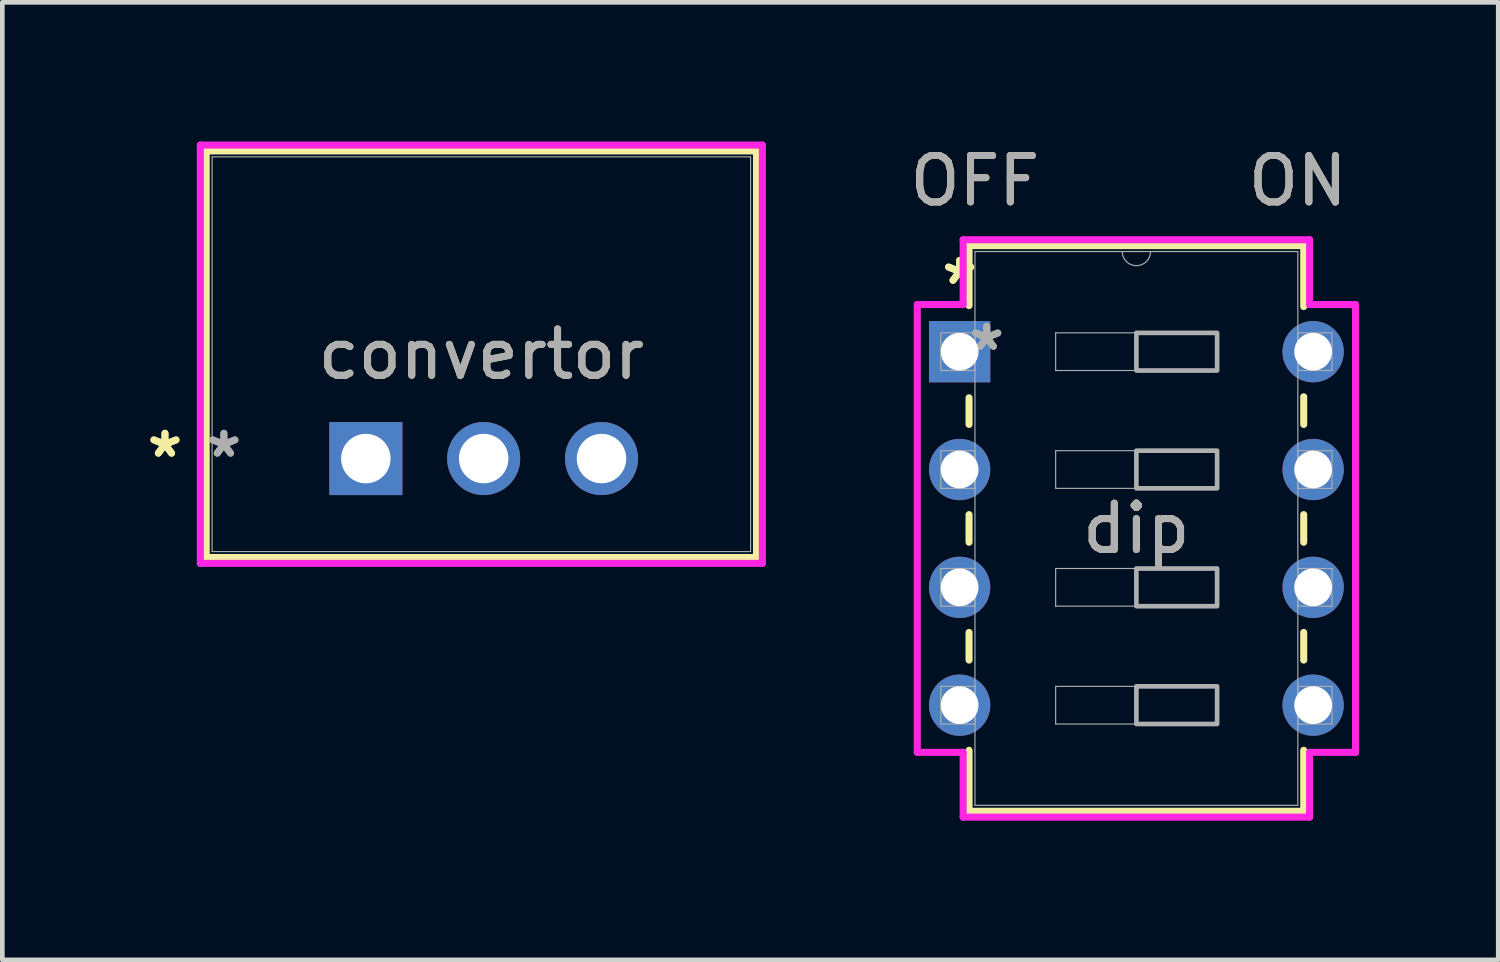
<source format=kicad_pcb>
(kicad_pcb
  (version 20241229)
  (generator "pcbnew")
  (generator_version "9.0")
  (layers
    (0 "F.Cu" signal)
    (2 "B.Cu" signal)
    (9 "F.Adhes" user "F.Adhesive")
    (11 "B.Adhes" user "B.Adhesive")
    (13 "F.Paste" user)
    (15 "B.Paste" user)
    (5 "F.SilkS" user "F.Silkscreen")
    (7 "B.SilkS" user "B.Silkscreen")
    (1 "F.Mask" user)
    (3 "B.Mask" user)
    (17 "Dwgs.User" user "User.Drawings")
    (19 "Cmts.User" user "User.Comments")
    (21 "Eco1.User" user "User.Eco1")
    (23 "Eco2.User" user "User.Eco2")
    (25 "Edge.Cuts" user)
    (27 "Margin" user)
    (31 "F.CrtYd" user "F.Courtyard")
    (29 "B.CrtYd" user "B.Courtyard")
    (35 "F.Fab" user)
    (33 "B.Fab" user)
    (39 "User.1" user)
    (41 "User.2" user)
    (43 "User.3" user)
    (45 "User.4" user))
  (footprint "dip"
    (layer "F.Cu")
    (at 17.636 4.531)
    (property "Reference" "dip" (at 3.81 3.81 0) (unlocked yes) (layer "F.SilkS") (effects (font (size 1 1) (thickness 0.15))))
    (attr through_hole)
    (fp_line (start 0.203 -2.286) (end 0.203 -0.993) (stroke (width 0.152) (type solid)) (layer "F.SilkS"))
    (fp_line (start 0.203 0.993) (end 0.203 1.568) (stroke (width 0.152) (type solid)) (layer "F.SilkS"))
    (fp_line (start 0.203 3.512) (end 0.203 4.108) (stroke (width 0.152) (type solid)) (layer "F.SilkS"))
    (fp_line (start 0.203 6.052) (end 0.203 6.648) (stroke (width 0.152) (type solid)) (layer "F.SilkS"))
    (fp_line (start 0.203 8.592) (end 0.203 9.906) (stroke (width 0.152) (type solid)) (layer "F.SilkS"))
    (fp_line (start 0.203 9.906) (end 7.417 9.906) (stroke (width 0.152) (type solid)) (layer "F.SilkS"))
    (fp_line (start 7.417 -2.286) (end 0.203 -2.286) (stroke (width 0.152) (type solid)) (layer "F.SilkS"))
    (fp_line (start 7.417 -0.972) (end 7.417 -2.286) (stroke (width 0.152) (type solid)) (layer "F.SilkS"))
    (fp_line (start 7.417 1.568) (end 7.417 0.972) (stroke (width 0.152) (type solid)) (layer "F.SilkS"))
    (fp_line (start 7.417 4.108) (end 7.417 3.512) (stroke (width 0.152) (type solid)) (layer "F.SilkS"))
    (fp_line (start 7.417 6.648) (end 7.417 6.052) (stroke (width 0.152) (type solid)) (layer "F.SilkS"))
    (fp_line (start 7.417 9.906) (end 7.417 8.592) (stroke (width 0.152) (type solid)) (layer "F.SilkS"))
    (fp_line (start -0.914 -1.016) (end 0.076 -1.016) (stroke (width 0.152) (type solid)) (layer "F.CrtYd"))
    (fp_line (start -0.914 8.636) (end -0.914 -1.016) (stroke (width 0.152) (type solid)) (layer "F.CrtYd"))
    (fp_line (start 0.076 -2.413) (end 7.544 -2.413) (stroke (width 0.152) (type solid)) (layer "F.CrtYd"))
    (fp_line (start 0.076 -1.016) (end 0.076 -2.413) (stroke (width 0.152) (type solid)) (layer "F.CrtYd"))
    (fp_line (start 0.076 8.636) (end -0.914 8.636) (stroke (width 0.152) (type solid)) (layer "F.CrtYd"))
    (fp_line (start 0.076 10.033) (end 0.076 8.636) (stroke (width 0.152) (type solid)) (layer "F.CrtYd"))
    (fp_line (start 7.544 -2.413) (end 7.544 -1.016) (stroke (width 0.152) (type solid)) (layer "F.CrtYd"))
    (fp_line (start 7.544 8.636) (end 7.544 10.033) (stroke (width 0.152) (type solid)) (layer "F.CrtYd"))
    (fp_line (start 7.544 10.033) (end 0.076 10.033) (stroke (width 0.152) (type solid)) (layer "F.CrtYd"))
    (fp_line (start 8.534 -1.016) (end 7.544 -1.016) (stroke (width 0.152) (type solid)) (layer "F.CrtYd"))
    (fp_line (start 8.534 -1.016) (end 8.534 8.636) (stroke (width 0.152) (type solid)) (layer "F.CrtYd"))
    (fp_line (start 8.534 8.636) (end 7.544 8.636) (stroke (width 0.152) (type solid)) (layer "F.CrtYd"))
    (fp_line (start -0.406 -0.406) (end -0.406 0.406) (stroke (width 0.025) (type solid)) (layer "F.Fab"))
    (fp_line (start -0.406 0.406) (end 0.33 0.406) (stroke (width 0.025) (type solid)) (layer "F.Fab"))
    (fp_line (start -0.406 2.134) (end -0.406 2.946) (stroke (width 0.025) (type solid)) (layer "F.Fab"))
    (fp_line (start -0.406 2.946) (end 0.33 2.946) (stroke (width 0.025) (type solid)) (layer "F.Fab"))
    (fp_line (start -0.406 4.674) (end -0.406 5.486) (stroke (width 0.025) (type solid)) (layer "F.Fab"))
    (fp_line (start -0.406 5.486) (end 0.33 5.486) (stroke (width 0.025) (type solid)) (layer "F.Fab"))
    (fp_line (start -0.406 7.214) (end -0.406 8.026) (stroke (width 0.025) (type solid)) (layer "F.Fab"))
    (fp_line (start -0.406 8.026) (end 0.33 8.026) (stroke (width 0.025) (type solid)) (layer "F.Fab"))
    (fp_line (start 0.33 -2.159) (end 0.33 9.779) (stroke (width 0.025) (type solid)) (layer "F.Fab"))
    (fp_line (start 0.33 -0.406) (end -0.406 -0.406) (stroke (width 0.025) (type solid)) (layer "F.Fab"))
    (fp_line (start 0.33 0.406) (end 0.33 -0.406) (stroke (width 0.025) (type solid)) (layer "F.Fab"))
    (fp_line (start 0.33 2.134) (end -0.406 2.134) (stroke (width 0.025) (type solid)) (layer "F.Fab"))
    (fp_line (start 0.33 2.946) (end 0.33 2.134) (stroke (width 0.025) (type solid)) (layer "F.Fab"))
    (fp_line (start 0.33 4.674) (end -0.406 4.674) (stroke (width 0.025) (type solid)) (layer "F.Fab"))
    (fp_line (start 0.33 5.486) (end 0.33 4.674) (stroke (width 0.025) (type solid)) (layer "F.Fab"))
    (fp_line (start 0.33 7.214) (end -0.406 7.214) (stroke (width 0.025) (type solid)) (layer "F.Fab"))
    (fp_line (start 0.33 8.026) (end 0.33 7.214) (stroke (width 0.025) (type solid)) (layer "F.Fab"))
    (fp_line (start 0.33 9.779) (end 7.29 9.779) (stroke (width 0.025) (type solid)) (layer "F.Fab"))
    (fp_line (start 2.07 -0.406) (end 5.55 -0.406) (stroke (width 0.025) (type solid)) (layer "F.Fab"))
    (fp_line (start 2.07 0.406) (end 2.07 -0.406) (stroke (width 0.025) (type solid)) (layer "F.Fab"))
    (fp_line (start 2.07 2.134) (end 5.55 2.134) (stroke (width 0.025) (type solid)) (layer "F.Fab"))
    (fp_line (start 2.07 2.946) (end 2.07 2.134) (stroke (width 0.025) (type solid)) (layer "F.Fab"))
    (fp_line (start 2.07 4.674) (end 5.55 4.674) (stroke (width 0.025) (type solid)) (layer "F.Fab"))
    (fp_line (start 2.07 5.486) (end 2.07 4.674) (stroke (width 0.025) (type solid)) (layer "F.Fab"))
    (fp_line (start 2.07 7.214) (end 5.55 7.214) (stroke (width 0.025) (type solid)) (layer "F.Fab"))
    (fp_line (start 2.07 8.026) (end 2.07 7.214) (stroke (width 0.025) (type solid)) (layer "F.Fab"))
    (fp_line (start 5.55 -0.406) (end 5.55 0.406) (stroke (width 0.025) (type solid)) (layer "F.Fab"))
    (fp_line (start 5.55 0.406) (end 2.07 0.406) (stroke (width 0.025) (type solid)) (layer "F.Fab"))
    (fp_line (start 5.55 2.134) (end 5.55 2.946) (stroke (width 0.025) (type solid)) (layer "F.Fab"))
    (fp_line (start 5.55 2.946) (end 2.07 2.946) (stroke (width 0.025) (type solid)) (layer "F.Fab"))
    (fp_line (start 5.55 4.674) (end 5.55 5.486) (stroke (width 0.025) (type solid)) (layer "F.Fab"))
    (fp_line (start 5.55 5.486) (end 2.07 5.486) (stroke (width 0.025) (type solid)) (layer "F.Fab"))
    (fp_line (start 5.55 7.214) (end 5.55 8.026) (stroke (width 0.025) (type solid)) (layer "F.Fab"))
    (fp_line (start 5.55 8.026) (end 2.07 8.026) (stroke (width 0.025) (type solid)) (layer "F.Fab"))
    (fp_line (start 7.29 -2.159) (end 0.33 -2.159) (stroke (width 0.025) (type solid)) (layer "F.Fab"))
    (fp_line (start 7.29 -0.406) (end 7.29 0.406) (stroke (width 0.025) (type solid)) (layer "F.Fab"))
    (fp_line (start 7.29 0.406) (end 8.026 0.406) (stroke (width 0.025) (type solid)) (layer "F.Fab"))
    (fp_line (start 7.29 2.134) (end 7.29 2.946) (stroke (width 0.025) (type solid)) (layer "F.Fab"))
    (fp_line (start 7.29 2.946) (end 8.026 2.946) (stroke (width 0.025) (type solid)) (layer "F.Fab"))
    (fp_line (start 7.29 4.674) (end 7.29 5.486) (stroke (width 0.025) (type solid)) (layer "F.Fab"))
    (fp_line (start 7.29 5.486) (end 8.026 5.486) (stroke (width 0.025) (type solid)) (layer "F.Fab"))
    (fp_line (start 7.29 7.214) (end 7.29 8.026) (stroke (width 0.025) (type solid)) (layer "F.Fab"))
    (fp_line (start 7.29 8.026) (end 8.026 8.026) (stroke (width 0.025) (type solid)) (layer "F.Fab"))
    (fp_line (start 7.29 9.779) (end 7.29 -2.159) (stroke (width 0.025) (type solid)) (layer "F.Fab"))
    (fp_line (start 8.026 -0.406) (end 7.29 -0.406) (stroke (width 0.025) (type solid)) (layer "F.Fab"))
    (fp_line (start 8.026 0.406) (end 8.026 -0.406) (stroke (width 0.025) (type solid)) (layer "F.Fab"))
    (fp_line (start 8.026 2.134) (end 7.29 2.134) (stroke (width 0.025) (type solid)) (layer "F.Fab"))
    (fp_line (start 8.026 2.946) (end 8.026 2.134) (stroke (width 0.025) (type solid)) (layer "F.Fab"))
    (fp_line (start 8.026 4.674) (end 7.29 4.674) (stroke (width 0.025) (type solid)) (layer "F.Fab"))
    (fp_line (start 8.026 5.486) (end 8.026 4.674) (stroke (width 0.025) (type solid)) (layer "F.Fab"))
    (fp_line (start 8.026 7.214) (end 7.29 7.214) (stroke (width 0.025) (type solid)) (layer "F.Fab"))
    (fp_line (start 8.026 8.026) (end 8.026 7.214) (stroke (width 0.025) (type solid)) (layer "F.Fab"))
    (fp_arc (start 4.1148 -2.159) (mid 3.81 -1.8542) (end 3.5052 -2.159) (stroke (width 0.0254) (type solid)) (layer "F.Fab"))
    (fp_poly (pts (xy 3.81 -0.406) (xy 5.55 -0.406) (xy 5.55 0.406) (xy 3.81 0.406)) (stroke (width 0.1) (type solid)) (fill no) (layer "F.Fab"))
    (fp_poly (pts (xy 3.81 2.134) (xy 5.55 2.134) (xy 5.55 2.946) (xy 3.81 2.946)) (stroke (width 0.1) (type solid)) (fill no) (layer "F.Fab"))
    (fp_poly (pts (xy 3.81 4.674) (xy 5.55 4.674) (xy 5.55 5.486) (xy 3.81 5.486)) (stroke (width 0.1) (type solid)) (fill no) (layer "F.Fab"))
    (fp_poly (pts (xy 3.81 7.214) (xy 5.55 7.214) (xy 5.55 8.026) (xy 3.81 8.026)) (stroke (width 0.1) (type solid)) (fill no) (layer "F.Fab"))
    (fp_text user "ON" (at 7.29 -3.683 0) (unlocked yes) (layer "F.SilkS") (effects (font (size 1 1) (thickness 0.15))))
    (fp_text user "*" (at 0 -1.422 0) (unlocked yes) (layer "F.SilkS") (effects (font (size 1 1) (thickness 0.15))))
    (fp_text user "*" (at 0 -1.422 0) (layer "F.SilkS") (effects (font (size 1 1) (thickness 0.15))))
    (fp_text user "OFF" (at 0.33 -3.683 0) (unlocked yes) (layer "F.SilkS") (effects (font (size 1 1) (thickness 0.15))))
    (fp_text user "OFF" (at 0.33 -3.683 0) (unlocked yes) (layer "F.Fab") (effects (font (size 1 1) (thickness 0.15))))
    (fp_text user "*" (at 0.584 0 0) (layer "F.Fab") (effects (font (size 1 1) (thickness 0.15))))
    (fp_text user "*" (at 0.584 0 0) (unlocked yes) (layer "F.Fab") (effects (font (size 1 1) (thickness 0.15))))
    (fp_text user "ON" (at 7.29 -3.683 0) (unlocked yes) (layer "F.Fab") (effects (font (size 1 1) (thickness 0.15))))
    (fp_text user "${REFERENCE}" (at 3.81 3.81 0) (unlocked yes) (layer "F.Fab") (effects (font (size 1 1) (thickness 0.15))))
    (pad "1" thru_hole rect (at 0 0) (size 1.321 1.321) (drill 0.813) (layers "*.Cu" "*.Mask"))
    (pad "2" thru_hole circle (at 0 2.54) (size 1.321 1.321) (drill 0.813) (layers "*.Cu" "*.Mask"))
    (pad "3" thru_hole circle (at 0 5.08) (size 1.321 1.321) (drill 0.813) (layers "*.Cu" "*.Mask"))
    (pad "4" thru_hole circle (at 0 7.62) (size 1.321 1.321) (drill 0.813) (layers "*.Cu" "*.Mask"))
    (pad "5" thru_hole circle (at 7.62 7.62) (size 1.321 1.321) (drill 0.813) (layers "*.Cu" "*.Mask"))
    (pad "6" thru_hole circle (at 7.62 5.08) (size 1.321 1.321) (drill 0.813) (layers "*.Cu" "*.Mask"))
    (pad "7" thru_hole circle (at 7.62 2.54) (size 1.321 1.321) (drill 0.813) (layers "*.Cu" "*.Mask"))
    (pad "8" thru_hole circle (at 7.62 0) (size 1.321 1.321) (drill 0.813) (layers "*.Cu" "*.Mask")))
  (footprint "convertor"
    (layer "F.Cu")
    (at 4.836 6.835)
    (property "Reference" "convertor" (at 2.49 -2.25 0) (unlocked yes) (layer "F.SilkS") (effects (font (size 1 1) (thickness 0.15))))
    (attr through_hole)
    (fp_line (start -3.441 -6.631) (end -3.441 2.132) (stroke (width 0.152) (type solid)) (layer "F.SilkS"))
    (fp_line (start -3.441 2.132) (end 8.421 2.132) (stroke (width 0.152) (type solid)) (layer "F.SilkS"))
    (fp_line (start 8.421 -6.631) (end -3.441 -6.631) (stroke (width 0.152) (type solid)) (layer "F.SilkS"))
    (fp_line (start 8.421 2.132) (end 8.421 -6.631) (stroke (width 0.152) (type solid)) (layer "F.SilkS"))
    (fp_line (start -3.568 -6.758) (end 8.548 -6.758) (stroke (width 0.152) (type solid)) (layer "F.CrtYd"))
    (fp_line (start -3.568 2.259) (end -3.568 -6.758) (stroke (width 0.152) (type solid)) (layer "F.CrtYd"))
    (fp_line (start 8.548 -6.758) (end 8.548 2.259) (stroke (width 0.152) (type solid)) (layer "F.CrtYd"))
    (fp_line (start 8.548 2.259) (end -3.568 2.259) (stroke (width 0.152) (type solid)) (layer "F.CrtYd"))
    (fp_line (start -3.314 -6.504) (end -3.314 2.005) (stroke (width 0.025) (type solid)) (layer "F.Fab"))
    (fp_line (start -3.314 2.005) (end 8.294 2.005) (stroke (width 0.025) (type solid)) (layer "F.Fab"))
    (fp_line (start 8.294 -6.504) (end -3.314 -6.504) (stroke (width 0.025) (type solid)) (layer "F.Fab"))
    (fp_line (start 8.294 2.005) (end 8.294 -6.504) (stroke (width 0.025) (type solid)) (layer "F.Fab"))
    (fp_text user "*" (at -4.33 0 0) (layer "F.SilkS") (effects (font (size 1 1) (thickness 0.15))))
    (fp_text user "*" (at -4.33 0 0) (unlocked yes) (layer "F.SilkS") (effects (font (size 1 1) (thickness 0.15))))
    (fp_text user "*" (at -3.06 0 0) (unlocked yes) (layer "F.Fab") (effects (font (size 1 1) (thickness 0.15))))
    (fp_text user "*" (at -3.06 0 0) (layer "F.Fab") (effects (font (size 1 1) (thickness 0.15))))
    (fp_text user "${REFERENCE}" (at 2.49 -2.25 0) (unlocked yes) (layer "F.Fab") (effects (font (size 1 1) (thickness 0.15))))
    (pad "1" thru_hole rect (at 0 0) (size 1.575 1.575) (drill 1.067) (layers "*.Cu" "*.Mask"))
    (pad "2" thru_hole circle (at 2.54 0) (size 1.575 1.575) (drill 1.067) (layers "*.Cu" "*.Mask"))
    (pad "3" thru_hole circle (at 5.08 0) (size 1.575 1.575) (drill 1.067) (layers "*.Cu" "*.Mask")))
  (gr_rect
    (start -3 -3)
    (end 29.246 17.64)
    (stroke (width 0.1) (type default))
    (fill no)
    (layer "Edge.Cuts")))
</source>
